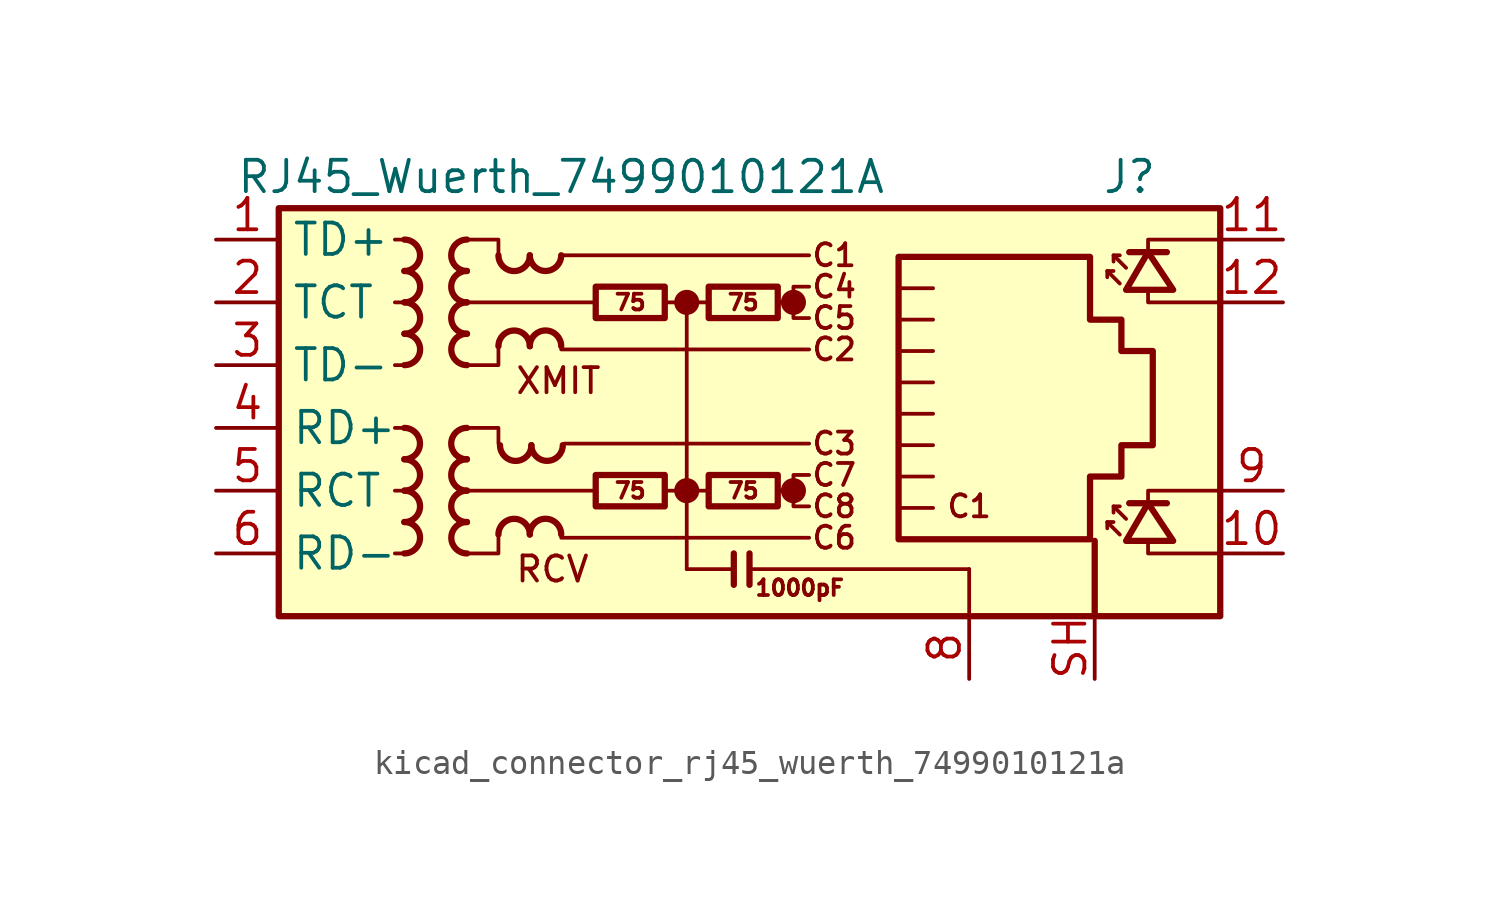
<source format=kicad_sym>
(kicad_symbol_lib
  (version 20220914)
  (generator kicad_symbol_editor)
  (symbol "kicad_connector_rj45_wuerth_7499010121a"
    (property "Reference" "J"
      (at 17.78 10.16 0)
      (effects (font (size 1.27 1.27)) (justify right)))
    (property "Value" "RJ45_Wuerth_7499010121A"
      (at -6.35 10.16 0)
      (effects (font (size 1.27 1.27))))
    (symbol "kicad_connector_rj45_wuerth_7499010121a_0_0"
      (circle (center -1.27 -2.54) (radius 0.0001) (stroke (width 0.508) (type default)) (fill (type none)))
      (circle (center -1.27 5.08) (radius 0.0001) (stroke (width 0.508) (type default)) (fill (type none)))
      (polyline (pts (xy -1.27 5.08) (xy -1.27 -5.715)) (stroke (width 0) (type default)) (fill (type none)))
      (polyline (pts (xy 0.635 -5.08) (xy 0.635 -6.35)) (stroke (width 0.254) (type default)) (fill (type none)))
      (polyline (pts (xy 1.27 -5.08) (xy 1.27 -6.35)) (stroke (width 0.254) (type default)) (fill (type none)))
      (polyline (pts (xy 3.048 -2.54) (xy 2.54 -2.54)) (stroke (width 0) (type default)) (fill (type none)))
      (polyline (pts (xy 3.048 5.08) (xy 2.54 5.08)) (stroke (width 0) (type default)) (fill (type none)))
      (polyline (pts (xy 17.399 -3.175) (xy 17.399 -2.54) (xy 20.32 -2.54)) (stroke (width 0) (type default)) (fill (type none)))
      (polyline (pts (xy 17.399 6.985) (xy 17.399 7.62) (xy 20.32 7.62)) (stroke (width 0) (type default)) (fill (type none)))
      (polyline (pts (xy 20.32 -5.08) (xy 17.399 -5.08) (xy 17.399 -4.572)) (stroke (width 0) (type default)) (fill (type none)))
      (polyline (pts (xy 20.32 5.08) (xy 17.399 5.08) (xy 17.399 5.588)) (stroke (width 0) (type default)) (fill (type none)))
      (polyline (pts (xy 3.683 -1.905) (xy 3.048 -1.905) (xy 3.048 -3.175) (xy 3.683 -3.175)) (stroke (width 0) (type default)) (fill (type none)))
      (polyline (pts (xy 3.683 5.715) (xy 3.048 5.715) (xy 3.048 4.445) (xy 3.683 4.445)) (stroke (width 0) (type default)) (fill (type none)))
      (circle (center 3.048 -2.54) (radius 0.0001) (stroke (width 0.508) (type default)) (fill (type none)))
      (circle (center 3.048 5.08) (radius 0.0001) (stroke (width 0.508) (type default)) (fill (type none)))
      (text "C1" (at 4.699 6.985 0) (effects (font (size 0.889 0.889))))
      (text "C1" (at 10.16 -3.175 0) (effects (font (size 0.889 0.889))))
      (text "C2" (at 4.699 3.175 0) (effects (font (size 0.889 0.889))))
      (text "C3" (at 4.699 -0.635 0) (effects (font (size 0.889 0.889))))
      (text "C4" (at 4.699 5.715 0) (effects (font (size 0.889 0.889))))
      (text "C5" (at 4.699 4.445 0) (effects (font (size 0.889 0.889))))
      (text "C6" (at 4.699 -4.445 0) (effects (font (size 0.889 0.889))))
      (text "C7" (at 4.699 -1.905 0) (effects (font (size 0.889 0.889))))
      (text "C8" (at 4.699 -3.175 0) (effects (font (size 0.889 0.889))))
      (text "RCV" (at -8.255 -5.715 0) (effects (font (size 1.016 1.016)) (justify left)))
      (text "XMIT" (at -8.255 1.905 0) (effects (font (size 1.016 1.016)) (justify left))))
    (symbol "kicad_connector_rj45_wuerth_7499010121a_0_1"
      (rectangle (start -17.78 8.89) (end 20.32 -7.62) (stroke (width 0.254) (type default)) (fill (type background)))
      (polyline (pts (xy -12.7 -5.08) (xy -13.081 -5.08)) (stroke (width 0) (type default)) (fill (type none)))
      (polyline (pts (xy -12.7 -2.54) (xy -13.081 -2.54)) (stroke (width 0) (type default)) (fill (type none)))
      (polyline (pts (xy -12.7 0) (xy -13.081 0)) (stroke (width 0) (type default)) (fill (type none)))
      (polyline (pts (xy -12.7 2.54) (xy -13.081 2.54)) (stroke (width 0) (type default)) (fill (type none)))
      (polyline (pts (xy -12.7 5.08) (xy -13.081 5.08)) (stroke (width 0) (type default)) (fill (type none)))
      (polyline (pts (xy -12.7 7.62) (xy -13.081 7.62)) (stroke (width 0) (type default)) (fill (type none)))
      (polyline (pts (xy -6.35 -4.445) (xy 3.683 -4.445)) (stroke (width 0) (type default)) (fill (type none)))
      (polyline (pts (xy -6.35 3.175) (xy 3.683 3.175)) (stroke (width 0) (type default)) (fill (type none)))
      (polyline (pts (xy -6.35 6.985) (xy 3.683 6.985)) (stroke (width 0) (type default)) (fill (type none)))
      (polyline (pts (xy -6.223 -0.635) (xy 3.683 -0.635)) (stroke (width 0) (type default)) (fill (type none)))
      (polyline (pts (xy -5.08 -2.54) (xy -10.16 -2.54)) (stroke (width 0) (type default)) (fill (type none)))
      (polyline (pts (xy -4.953 5.08) (xy -10.16 5.08)) (stroke (width 0) (type default)) (fill (type none)))
      (polyline (pts (xy -2.159 -2.54) (xy -0.381 -2.54)) (stroke (width 0) (type default)) (fill (type none)))
      (polyline (pts (xy -2.159 5.08) (xy -0.381 5.08)) (stroke (width 0) (type default)) (fill (type none)))
      (polyline (pts (xy 0.635 -5.715) (xy -1.27 -5.715)) (stroke (width 0) (type default)) (fill (type none)))
      (polyline (pts (xy 7.429 -1.968) (xy 8.7 -1.968)) (stroke (width 0) (type default)) (fill (type none)))
      (polyline (pts (xy 7.429 -0.699) (xy 8.7 -0.699)) (stroke (width 0) (type default)) (fill (type none)))
      (polyline (pts (xy 7.429 0.572) (xy 8.7 0.572)) (stroke (width 0) (type default)) (fill (type none)))
      (polyline (pts (xy 7.429 1.841) (xy 8.7 1.841)) (stroke (width 0) (type default)) (fill (type none)))
      (polyline (pts (xy 7.429 3.111) (xy 8.7 3.111)) (stroke (width 0) (type default)) (fill (type none)))
      (polyline (pts (xy 8.7 -3.239) (xy 7.429 -3.239)) (stroke (width 0) (type default)) (fill (type none)))
      (polyline (pts (xy 8.7 4.381) (xy 7.429 4.381)) (stroke (width 0) (type default)) (fill (type none)))
      (polyline (pts (xy 8.7 5.652) (xy 7.429 5.652)) (stroke (width 0) (type default)) (fill (type none)))
      (polyline (pts (xy 10.16 -5.715) (xy 1.27 -5.715)) (stroke (width 0) (type default)) (fill (type none)))
      (polyline (pts (xy 10.16 -5.715) (xy 10.16 -7.62)) (stroke (width 0) (type default)) (fill (type none)))
      (polyline (pts (xy -10.16 0) (xy -8.89 0) (xy -8.89 -0.635)) (stroke (width 0) (type default)) (fill (type none)))
      (polyline (pts (xy -10.16 7.62) (xy -8.89 7.62) (xy -8.89 6.985)) (stroke (width 0) (type default)) (fill (type none)))
      (polyline (pts (xy -8.89 -4.445) (xy -8.89 -5.08) (xy -10.16 -5.08)) (stroke (width 0) (type default)) (fill (type none)))
      (polyline (pts (xy -8.89 3.175) (xy -8.89 2.54) (xy -10.16 2.54)) (stroke (width 0) (type default)) (fill (type none))))
    (symbol "kicad_connector_rj45_wuerth_7499010121a_1_0"
      (text "1000pF" (at 3.302 -6.477 0) (effects (font (size 0.635 0.635)))))
    (symbol "kicad_connector_rj45_wuerth_7499010121a_1_1"
      (arc (start -12.7 -1.27) (mid -12.0677 -0.635) (end -12.7 0) (stroke (width 0.254) (type default)) (fill (type none)))
      (arc (start -12.6973 -5.08) (mid -12.065 -4.445) (end -12.6973 -3.81) (stroke (width 0.254) (type default)) (fill (type none)))
      (arc (start -12.6973 -3.81) (mid -12.065 -3.175) (end -12.6973 -2.54) (stroke (width 0.254) (type default)) (fill (type none)))
      (arc (start -12.6973 -2.54) (mid -12.065 -1.905) (end -12.6973 -1.27) (stroke (width 0.254) (type default)) (fill (type none)))
      (arc (start -12.6973 6.35) (mid -12.065 6.985) (end -12.6973 7.62) (stroke (width 0.254) (type default)) (fill (type none)))
      (arc (start -12.6946 2.54) (mid -12.0623 3.175) (end -12.6946 3.81) (stroke (width 0.254) (type default)) (fill (type none)))
      (arc (start -12.6946 3.81) (mid -12.0623 4.445) (end -12.6946 5.08) (stroke (width 0.254) (type default)) (fill (type none)))
      (arc (start -12.6946 5.08) (mid -12.0623 5.715) (end -12.6946 6.35) (stroke (width 0.254) (type default)) (fill (type none)))
      (arc (start -10.1654 -2.54) (mid -10.7977 -3.175) (end -10.1654 -3.81) (stroke (width 0.254) (type default)) (fill (type none)))
      (arc (start -10.1654 -1.27) (mid -10.7977 -1.905) (end -10.1654 -2.54) (stroke (width 0.254) (type default)) (fill (type none)))
      (arc (start -10.1654 0) (mid -10.7977 -0.635) (end -10.1654 -1.27) (stroke (width 0.254) (type default)) (fill (type none)))
      (arc (start -10.1654 5.08) (mid -10.7977 4.445) (end -10.1654 3.81) (stroke (width 0.254) (type default)) (fill (type none)))
      (arc (start -10.1654 6.35) (mid -10.7977 5.715) (end -10.1654 5.08) (stroke (width 0.254) (type default)) (fill (type none)))
      (arc (start -10.1654 7.62) (mid -10.7977 6.985) (end -10.1654 6.35) (stroke (width 0.254) (type default)) (fill (type none)))
      (arc (start -10.1627 -3.81) (mid -10.795 -4.445) (end -10.1627 -5.08) (stroke (width 0.254) (type default)) (fill (type none)))
      (arc (start -10.1627 3.81) (mid -10.795 3.175) (end -10.1627 2.54) (stroke (width 0.254) (type default)) (fill (type none)))
      (arc (start -8.89 6.9823) (mid -8.255 6.35) (end -7.62 6.9823) (stroke (width 0.254) (type default)) (fill (type none)))
      (arc (start -8.8265 -0.7012) (mid -8.1915 -1.3335) (end -7.5565 -0.7012) (stroke (width 0.254) (type default)) (fill (type none)))
      (arc (start -7.62 -4.3153) (mid -8.255 -3.683) (end -8.89 -4.3153) (stroke (width 0.254) (type default)) (fill (type none)))
      (arc (start -7.62 3.3047) (mid -8.255 3.937) (end -8.89 3.3047) (stroke (width 0.254) (type default)) (fill (type none)))
      (arc (start -7.62 6.985) (mid -6.985 6.3527) (end -6.35 6.985) (stroke (width 0.254) (type default)) (fill (type none)))
      (arc (start -7.5565 -0.6985) (mid -6.9215 -1.3308) (end -6.2865 -0.6985) (stroke (width 0.254) (type default)) (fill (type none)))
      (arc (start -6.35 -4.3126) (mid -6.985 -3.6803) (end -7.62 -4.3126) (stroke (width 0.254) (type default)) (fill (type none)))
      (arc (start -6.35 3.3074) (mid -6.985 3.9397) (end -7.62 3.3074) (stroke (width 0.254) (type default)) (fill (type none)))
      (rectangle (start -4.953 -1.905) (end -2.159 -3.175) (stroke (width 0.254) (type default)) (fill (type none)))
      (rectangle (start -4.953 5.715) (end -2.159 4.445) (stroke (width 0.254) (type default)) (fill (type none)))
      (rectangle (start -0.381 -1.905) (end 2.413 -3.175) (stroke (width 0.254) (type default)) (fill (type none)))
      (rectangle (start -0.381 5.715) (end 2.413 4.445) (stroke (width 0.254) (type default)) (fill (type none)))
      (polyline (pts (xy 15.24 -7.62) (xy 15.24 -4.572)) (stroke (width 0.254) (type default)) (fill (type none)))
      (polyline (pts (xy 15.748 -3.81) (xy 15.748 -4.064)) (stroke (width 0) (type default)) (fill (type none)))
      (polyline (pts (xy 15.748 6.35) (xy 15.748 6.096)) (stroke (width 0) (type default)) (fill (type none)))
      (polyline (pts (xy 16.002 -3.175) (xy 16.002 -3.429)) (stroke (width 0) (type default)) (fill (type none)))
      (polyline (pts (xy 16.002 6.985) (xy 16.002 6.731)) (stroke (width 0) (type default)) (fill (type none)))
      (polyline (pts (xy 16.637 -3.048) (xy 18.161 -3.048)) (stroke (width 0.254) (type default)) (fill (type none)))
      (polyline (pts (xy 16.637 7.112) (xy 18.161 7.112)) (stroke (width 0.254) (type default)) (fill (type none)))
      (polyline (pts (xy 16.256 -4.318) (xy 15.748 -3.81) (xy 16.002 -3.81)) (stroke (width 0) (type default)) (fill (type none)))
      (polyline (pts (xy 16.256 5.842) (xy 15.748 6.35) (xy 16.002 6.35)) (stroke (width 0) (type default)) (fill (type none)))
      (polyline (pts (xy 16.51 -3.683) (xy 16.002 -3.175) (xy 16.256 -3.175)) (stroke (width 0) (type default)) (fill (type none)))
      (polyline (pts (xy 16.51 6.477) (xy 16.002 6.985) (xy 16.256 6.985)) (stroke (width 0) (type default)) (fill (type none)))
      (polyline (pts (xy 16.51 -4.572) (xy 18.415 -4.572) (xy 17.399 -3.048) (xy 16.51 -4.572)) (stroke (width 0.254) (type default)) (fill (type none)))
      (polyline (pts (xy 16.51 5.588) (xy 18.415 5.588) (xy 17.399 7.112) (xy 16.51 5.588)) (stroke (width 0.254) (type default)) (fill (type none)))
      (polyline (pts (xy 7.303 -4.508) (xy 7.303 6.921) (xy 15.05 6.921) (xy 15.05 4.381) (xy 16.32 4.381) (xy 16.32 3.111) (xy 17.59 3.111) (xy 17.59 -0.699) (xy 16.32 -0.699) (xy 16.32 -1.968) (xy 15.05 -1.968) (xy 15.05 -4.508) (xy 7.303 -4.508)) (stroke (width 0.254) (type default)) (fill (type none)))
      (text "75" (at -3.556 -2.54 0) (effects (font (size 0.635 0.635))))
      (text "75" (at -3.556 5.08 0) (effects (font (size 0.635 0.635))))
      (text "75" (at 1.016 -2.54 0) (effects (font (size 0.635 0.635))))
      (text "75" (at 1.016 5.08 0) (effects (font (size 0.635 0.635))))
      (pin passive line (at -20.32 7.62 0) (length 2.54) (name "TD+" (effects (font (size 1.27 1.27)))) (number "1" (effects (font (size 1.27 1.27)))))
      (pin passive line (at 22.86 -5.08 180) (length 2.54) (name "" (effects (font (size 1.27 1.27)))) (number "10" (effects (font (size 1.27 1.27)))))
      (pin passive line (at 22.86 7.62 180) (length 2.54) (name "" (effects (font (size 1.27 1.27)))) (number "11" (effects (font (size 1.27 1.27)))))
      (pin passive line (at 22.86 5.08 180) (length 2.54) (name "" (effects (font (size 1.27 1.27)))) (number "12" (effects (font (size 1.27 1.27)))))
      (pin passive line (at -20.32 5.08 0) (length 2.54) (name "TCT" (effects (font (size 1.27 1.27)))) (number "2" (effects (font (size 1.27 1.27)))))
      (pin passive line (at -20.32 2.54 0) (length 2.54) (name "TD-" (effects (font (size 1.27 1.27)))) (number "3" (effects (font (size 1.27 1.27)))))
      (pin passive line (at -20.32 0 0) (length 2.54) (name "RD+" (effects (font (size 1.27 1.27)))) (number "4" (effects (font (size 1.27 1.27)))))
      (pin passive line (at -20.32 -2.54 0) (length 2.54) (name "RCT" (effects (font (size 1.27 1.27)))) (number "5" (effects (font (size 1.27 1.27)))))
      (pin passive line (at -20.32 -5.08 0) (length 2.54) (name "RD-" (effects (font (size 1.27 1.27)))) (number "6" (effects (font (size 1.27 1.27)))))
      (pin no_connect line (at 20.32 0 0) (length 0) hide (name "NC" (effects (font (size 1.27 1.27)))) (number "7" (effects (font (size 1.27 1.27)))))
      (pin power_in line (at 10.16 -10.16 90) (length 2.54) (name "" (effects (font (size 1.27 1.27)))) (number "8" (effects (font (size 1.27 1.27)))))
      (pin passive line (at 22.86 -2.54 180) (length 2.54) (name "" (effects (font (size 1.27 1.27)))) (number "9" (effects (font (size 1.27 1.27)))))
      (pin passive line (at 15.24 -10.16 90) (length 2.54) (name "" (effects (font (size 1.27 1.27)))) (number "SH" (effects (font (size 1.27 1.27))))))))
</source>
